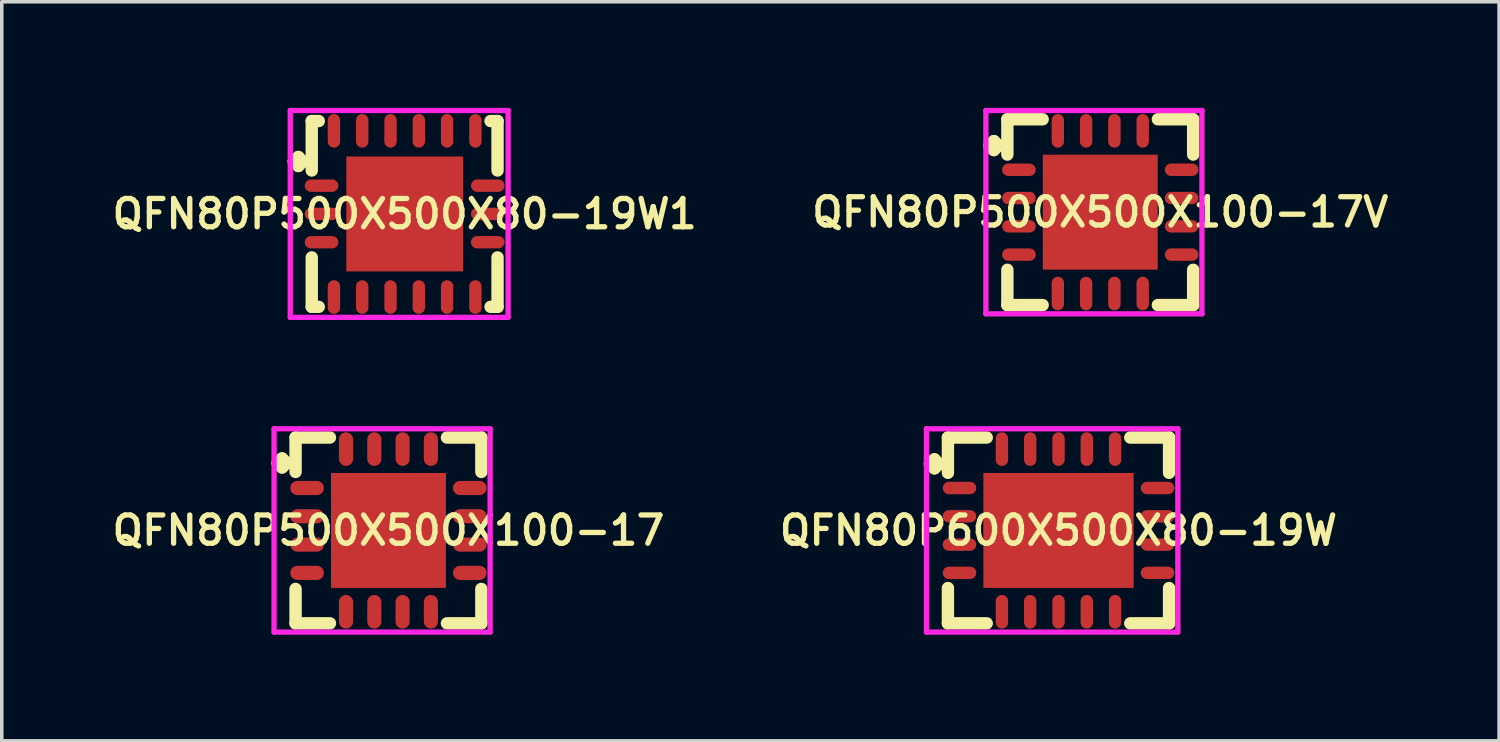
<source format=kicad_pcb>
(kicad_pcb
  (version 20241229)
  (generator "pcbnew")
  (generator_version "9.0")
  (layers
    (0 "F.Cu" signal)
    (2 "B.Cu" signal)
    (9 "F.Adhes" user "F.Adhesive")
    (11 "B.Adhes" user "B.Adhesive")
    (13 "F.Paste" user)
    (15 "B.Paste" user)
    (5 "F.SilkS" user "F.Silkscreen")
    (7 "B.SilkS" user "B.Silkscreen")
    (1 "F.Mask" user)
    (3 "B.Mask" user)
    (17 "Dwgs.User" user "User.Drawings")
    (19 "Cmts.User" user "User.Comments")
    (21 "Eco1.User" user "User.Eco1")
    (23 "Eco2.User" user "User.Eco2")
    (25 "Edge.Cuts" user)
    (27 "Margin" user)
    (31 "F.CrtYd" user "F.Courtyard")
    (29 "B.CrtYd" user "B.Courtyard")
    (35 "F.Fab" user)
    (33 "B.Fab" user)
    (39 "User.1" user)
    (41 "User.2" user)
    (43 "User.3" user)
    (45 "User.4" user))
  (footprint "QFN80P500X500X100-17"
    (layer "F.Cu")
    (at 7.935 11.95)
    (property "Reference" "QFN80P500X500X100-17" (at 0 0 0) (layer "F.SilkS") (effects (font (size 0.8 0.8) (thickness 0.15))))
    (attr through_hole)
    (fp_line (start -3.135 -1.908) (end -3.008 -2.035) (stroke (width 0.35) (type solid)) (layer "F.SilkS"))
    (fp_line (start -3.008 -2.035) (end -2.881 -1.908) (stroke (width 0.35) (type solid)) (layer "F.SilkS"))
    (fp_line (start -3.008 -1.781) (end -3.135 -1.908) (stroke (width 0.35) (type solid)) (layer "F.SilkS"))
    (fp_line (start -2.881 -1.908) (end -3.008 -1.781) (stroke (width 0.35) (type solid)) (layer "F.SilkS"))
    (fp_line (start -2.627 -2.627) (end -1.654 -2.627) (stroke (width 0.35) (type solid)) (layer "F.SilkS"))
    (fp_line (start -2.627 -1.654) (end -2.627 -2.627) (stroke (width 0.35) (type solid)) (layer "F.SilkS"))
    (fp_line (start -2.627 1.654) (end -2.627 2.627) (stroke (width 0.35) (type solid)) (layer "F.SilkS"))
    (fp_line (start -2.627 2.627) (end -1.654 2.627) (stroke (width 0.35) (type solid)) (layer "F.SilkS"))
    (fp_line (start 1.654 -2.627) (end 2.627 -2.627) (stroke (width 0.35) (type solid)) (layer "F.SilkS"))
    (fp_line (start 1.654 2.627) (end 2.627 2.627) (stroke (width 0.35) (type solid)) (layer "F.SilkS"))
    (fp_line (start 2.627 -2.627) (end 2.627 -1.654) (stroke (width 0.35) (type solid)) (layer "F.SilkS"))
    (fp_line (start 2.627 2.627) (end 2.627 1.654) (stroke (width 0.35) (type solid)) (layer "F.SilkS"))
    (fp_line (start -3.235 -2.875) (end 2.875 -2.875) (stroke (width 0.15) (type solid)) (layer "F.CrtYd"))
    (fp_line (start -3.235 2.875) (end -3.235 -2.875) (stroke (width 0.15) (type solid)) (layer "F.CrtYd"))
    (fp_line (start 2.875 -2.875) (end 2.875 2.875) (stroke (width 0.15) (type solid)) (layer "F.CrtYd"))
    (fp_line (start 2.875 2.875) (end -3.235 2.875) (stroke (width 0.15) (type solid)) (layer "F.CrtYd"))
    (pad "1" smd oval (at -2.3 -1.2) (size 0.95 0.4) (layers "F.Cu" "F.Mask" "F.Paste"))
    (pad "2" smd oval (at -2.3 -0.4) (size 0.95 0.4) (layers "F.Cu" "F.Mask" "F.Paste"))
    (pad "3" smd oval (at -2.3 0.4) (size 0.95 0.4) (layers "F.Cu" "F.Mask" "F.Paste"))
    (pad "4" smd oval (at -2.3 1.2) (size 0.95 0.4) (layers "F.Cu" "F.Mask" "F.Paste"))
    (pad "5" smd oval (at -1.2 2.3) (size 0.4 0.95) (layers "F.Cu" "F.Mask" "F.Paste"))
    (pad "6" smd oval (at -0.4 2.3) (size 0.4 0.95) (layers "F.Cu" "F.Mask" "F.Paste"))
    (pad "7" smd oval (at 0.4 2.3) (size 0.4 0.95) (layers "F.Cu" "F.Mask" "F.Paste"))
    (pad "8" smd oval (at 1.2 2.3) (size 0.4 0.95) (layers "F.Cu" "F.Mask" "F.Paste"))
    (pad "9" smd oval (at 2.3 1.2) (size 0.95 0.4) (layers "F.Cu" "F.Mask" "F.Paste"))
    (pad "10" smd oval (at 2.3 0.4) (size 0.95 0.4) (layers "F.Cu" "F.Mask" "F.Paste"))
    (pad "11" smd oval (at 2.3 -0.4) (size 0.95 0.4) (layers "F.Cu" "F.Mask" "F.Paste"))
    (pad "12" smd oval (at 2.3 -1.2) (size 0.95 0.4) (layers "F.Cu" "F.Mask" "F.Paste"))
    (pad "13" smd oval (at 1.2 -2.3) (size 0.4 0.95) (layers "F.Cu" "F.Mask" "F.Paste"))
    (pad "14" smd oval (at 0.4 -2.3) (size 0.4 0.95) (layers "F.Cu" "F.Mask" "F.Paste"))
    (pad "15" smd oval (at -0.4 -2.3) (size 0.4 0.95) (layers "F.Cu" "F.Mask" "F.Paste"))
    (pad "16" smd oval (at -1.2 -2.3) (size 0.4 0.95) (layers "F.Cu" "F.Mask" "F.Paste"))
    (pad "17" smd rect (at 0 0) (size 3.25 3.25) (layers "F.Cu" "F.Mask" "F.Paste")))
  (footprint "QFN80P500X500X100-17V"
    (layer "F.Cu")
    (at 28.064 2.95)
    (property "Reference" "QFN80P500X500X100-17V" (at 0 0 0) (layer "F.SilkS") (effects (font (size 0.8 0.8) (thickness 0.15))))
    (attr through_hole)
    (fp_line (start -3.135 -1.883) (end -3.008 -2.01) (stroke (width 0.35) (type solid)) (layer "F.SilkS"))
    (fp_line (start -3.008 -2.01) (end -2.881 -1.883) (stroke (width 0.35) (type solid)) (layer "F.SilkS"))
    (fp_line (start -3.008 -1.756) (end -3.135 -1.883) (stroke (width 0.35) (type solid)) (layer "F.SilkS"))
    (fp_line (start -2.881 -1.883) (end -3.008 -1.756) (stroke (width 0.35) (type solid)) (layer "F.SilkS"))
    (fp_line (start -2.627 -2.627) (end -1.629 -2.627) (stroke (width 0.35) (type solid)) (layer "F.SilkS"))
    (fp_line (start -2.627 -1.629) (end -2.627 -2.627) (stroke (width 0.35) (type solid)) (layer "F.SilkS"))
    (fp_line (start -2.627 1.629) (end -2.627 2.627) (stroke (width 0.35) (type solid)) (layer "F.SilkS"))
    (fp_line (start -2.627 2.627) (end -1.629 2.627) (stroke (width 0.35) (type solid)) (layer "F.SilkS"))
    (fp_line (start 1.629 -2.627) (end 2.627 -2.627) (stroke (width 0.35) (type solid)) (layer "F.SilkS"))
    (fp_line (start 1.629 2.627) (end 2.627 2.627) (stroke (width 0.35) (type solid)) (layer "F.SilkS"))
    (fp_line (start 2.627 -2.627) (end 2.627 -1.629) (stroke (width 0.35) (type solid)) (layer "F.SilkS"))
    (fp_line (start 2.627 2.627) (end 2.627 1.629) (stroke (width 0.35) (type solid)) (layer "F.SilkS"))
    (fp_line (start -3.235 -2.875) (end 2.875 -2.875) (stroke (width 0.15) (type solid)) (layer "F.CrtYd"))
    (fp_line (start -3.235 2.875) (end -3.235 -2.875) (stroke (width 0.15) (type solid)) (layer "F.CrtYd"))
    (fp_line (start 2.875 -2.875) (end 2.875 2.875) (stroke (width 0.15) (type solid)) (layer "F.CrtYd"))
    (fp_line (start 2.875 2.875) (end -3.235 2.875) (stroke (width 0.15) (type solid)) (layer "F.CrtYd"))
    (pad "1" smd oval (at -2.3 -1.2) (size 0.95 0.35) (layers "F.Cu" "F.Mask" "F.Paste"))
    (pad "2" smd oval (at -2.3 -0.4) (size 0.95 0.35) (layers "F.Cu" "F.Mask" "F.Paste"))
    (pad "3" smd oval (at -2.3 0.4) (size 0.95 0.35) (layers "F.Cu" "F.Mask" "F.Paste"))
    (pad "4" smd oval (at -2.3 1.2) (size 0.95 0.35) (layers "F.Cu" "F.Mask" "F.Paste"))
    (pad "5" smd oval (at -1.2 2.3) (size 0.35 0.95) (layers "F.Cu" "F.Mask" "F.Paste"))
    (pad "6" smd oval (at -0.4 2.3) (size 0.35 0.95) (layers "F.Cu" "F.Mask" "F.Paste"))
    (pad "7" smd oval (at 0.4 2.3) (size 0.35 0.95) (layers "F.Cu" "F.Mask" "F.Paste"))
    (pad "8" smd oval (at 1.2 2.3) (size 0.35 0.95) (layers "F.Cu" "F.Mask" "F.Paste"))
    (pad "9" smd oval (at 2.3 1.2) (size 0.95 0.35) (layers "F.Cu" "F.Mask" "F.Paste"))
    (pad "10" smd oval (at 2.3 0.4) (size 0.95 0.35) (layers "F.Cu" "F.Mask" "F.Paste"))
    (pad "11" smd oval (at 2.3 -0.4) (size 0.95 0.35) (layers "F.Cu" "F.Mask" "F.Paste"))
    (pad "12" smd oval (at 2.3 -1.2) (size 0.95 0.35) (layers "F.Cu" "F.Mask" "F.Paste"))
    (pad "13" smd oval (at 1.2 -2.3) (size 0.35 0.95) (layers "F.Cu" "F.Mask" "F.Paste"))
    (pad "14" smd oval (at 0.4 -2.3) (size 0.35 0.95) (layers "F.Cu" "F.Mask" "F.Paste"))
    (pad "15" smd oval (at -0.4 -2.3) (size 0.35 0.95) (layers "F.Cu" "F.Mask" "F.Paste"))
    (pad "16" smd oval (at -1.2 -2.3) (size 0.35 0.95) (layers "F.Cu" "F.Mask" "F.Paste"))
    (pad "17" smd rect (at 0 0) (size 3.25 3.25) (layers "F.Cu" "F.Mask" "F.Paste")))
  (footprint "QFN80P600X500X80-19W"
    (layer "F.Cu")
    (at 26.883 11.95)
    (property "Reference" "QFN80P600X500X80-19W" (at 0 0 0) (layer "F.SilkS") (effects (font (size 0.8 0.8) (thickness 0.15))))
    (attr smd)
    (fp_line (start -3.635 -1.883) (end -3.508 -2.01) (stroke (width 0.35) (type solid)) (layer "F.SilkS"))
    (fp_line (start -3.508 -2.01) (end -3.381 -1.883) (stroke (width 0.35) (type solid)) (layer "F.SilkS"))
    (fp_line (start -3.508 -1.756) (end -3.635 -1.883) (stroke (width 0.35) (type solid)) (layer "F.SilkS"))
    (fp_line (start -3.381 -1.883) (end -3.508 -1.756) (stroke (width 0.35) (type solid)) (layer "F.SilkS"))
    (fp_line (start -3.127 -2.627) (end -2.029 -2.627) (stroke (width 0.35) (type solid)) (layer "F.SilkS"))
    (fp_line (start -3.127 -1.629) (end -3.127 -2.627) (stroke (width 0.35) (type solid)) (layer "F.SilkS"))
    (fp_line (start -3.127 1.629) (end -3.127 2.627) (stroke (width 0.35) (type solid)) (layer "F.SilkS"))
    (fp_line (start -3.127 2.627) (end -2.029 2.627) (stroke (width 0.35) (type solid)) (layer "F.SilkS"))
    (fp_line (start 2.029 -2.627) (end 3.127 -2.627) (stroke (width 0.35) (type solid)) (layer "F.SilkS"))
    (fp_line (start 2.029 2.627) (end 3.127 2.627) (stroke (width 0.35) (type solid)) (layer "F.SilkS"))
    (fp_line (start 3.127 -2.627) (end 3.127 -1.629) (stroke (width 0.35) (type solid)) (layer "F.SilkS"))
    (fp_line (start 3.127 2.627) (end 3.127 1.629) (stroke (width 0.35) (type solid)) (layer "F.SilkS"))
    (fp_line (start -3.735 -2.875) (end 3.375 -2.875) (stroke (width 0.15) (type solid)) (layer "F.CrtYd"))
    (fp_line (start -3.735 2.875) (end -3.735 -2.875) (stroke (width 0.15) (type solid)) (layer "F.CrtYd"))
    (fp_line (start 3.375 -2.875) (end 3.375 2.875) (stroke (width 0.15) (type solid)) (layer "F.CrtYd"))
    (fp_line (start 3.375 2.875) (end -3.735 2.875) (stroke (width 0.15) (type solid)) (layer "F.CrtYd"))
    (pad "1" smd oval (at -2.8 -1.2) (size 0.95 0.35) (layers "F.Cu" "F.Mask" "F.Paste"))
    (pad "2" smd oval (at -2.8 -0.4) (size 0.95 0.35) (layers "F.Cu" "F.Mask" "F.Paste"))
    (pad "3" smd oval (at -2.8 0.4) (size 0.95 0.35) (layers "F.Cu" "F.Mask" "F.Paste"))
    (pad "4" smd oval (at -2.8 1.2) (size 0.95 0.35) (layers "F.Cu" "F.Mask" "F.Paste"))
    (pad "5" smd oval (at -1.6 2.3) (size 0.35 0.95) (layers "F.Cu" "F.Mask" "F.Paste"))
    (pad "6" smd oval (at -0.8 2.3) (size 0.35 0.95) (layers "F.Cu" "F.Mask" "F.Paste"))
    (pad "7" smd oval (at 0 2.3) (size 0.35 0.95) (layers "F.Cu" "F.Mask" "F.Paste"))
    (pad "8" smd oval (at 0.8 2.3) (size 0.35 0.95) (layers "F.Cu" "F.Mask" "F.Paste"))
    (pad "9" smd oval (at 1.6 2.3) (size 0.35 0.95) (layers "F.Cu" "F.Mask" "F.Paste"))
    (pad "10" smd oval (at 2.8 1.2) (size 0.95 0.35) (layers "F.Cu" "F.Mask" "F.Paste"))
    (pad "11" smd oval (at 2.8 0.4) (size 0.95 0.35) (layers "F.Cu" "F.Mask" "F.Paste"))
    (pad "12" smd oval (at 2.8 -0.4) (size 0.95 0.35) (layers "F.Cu" "F.Mask" "F.Paste"))
    (pad "13" smd oval (at 2.8 -1.2) (size 0.95 0.35) (layers "F.Cu" "F.Mask" "F.Paste"))
    (pad "14" smd oval (at 1.6 -2.3) (size 0.35 0.95) (layers "F.Cu" "F.Mask" "F.Paste"))
    (pad "15" smd oval (at 0.8 -2.3) (size 0.35 0.95) (layers "F.Cu" "F.Mask" "F.Paste"))
    (pad "16" smd oval (at 0 -2.3) (size 0.35 0.95) (layers "F.Cu" "F.Mask" "F.Paste"))
    (pad "17" smd oval (at -0.8 -2.3) (size 0.35 0.95) (layers "F.Cu" "F.Mask" "F.Paste"))
    (pad "18" smd oval (at -1.6 -2.3) (size 0.35 0.95) (layers "F.Cu" "F.Mask" "F.Paste"))
    (pad "19" smd rect (at 0 0) (size 4.25 3.25) (layers "F.Cu" "F.Mask" "F.Paste")))
  (footprint "QFN80P500X500X80-19W1"
    (layer "F.Cu")
    (at 8.393 3)
    (property "Reference" "QFN80P500X500X80-19W1" (at 0 0 0) (layer "F.SilkS") (effects (font (size 0.8 0.8) (thickness 0.15))))
    (attr smd)
    (fp_line (start -3.135 -1.483) (end -3.008 -1.61) (stroke (width 0.35) (type solid)) (layer "F.SilkS"))
    (fp_line (start -3.008 -1.61) (end -2.881 -1.483) (stroke (width 0.35) (type solid)) (layer "F.SilkS"))
    (fp_line (start -3.008 -1.356) (end -3.135 -1.483) (stroke (width 0.35) (type solid)) (layer "F.SilkS"))
    (fp_line (start -2.881 -1.483) (end -3.008 -1.356) (stroke (width 0.35) (type solid)) (layer "F.SilkS"))
    (fp_line (start -2.627 -2.627) (end -2.429 -2.627) (stroke (width 0.35) (type solid)) (layer "F.SilkS"))
    (fp_line (start -2.627 -1.229) (end -2.627 -2.627) (stroke (width 0.35) (type solid)) (layer "F.SilkS"))
    (fp_line (start -2.627 1.229) (end -2.627 2.627) (stroke (width 0.35) (type solid)) (layer "F.SilkS"))
    (fp_line (start -2.627 2.627) (end -2.429 2.627) (stroke (width 0.35) (type solid)) (layer "F.SilkS"))
    (fp_line (start 2.429 -2.627) (end 2.627 -2.627) (stroke (width 0.35) (type solid)) (layer "F.SilkS"))
    (fp_line (start 2.429 2.627) (end 2.627 2.627) (stroke (width 0.35) (type solid)) (layer "F.SilkS"))
    (fp_line (start 2.627 -2.627) (end 2.627 -1.229) (stroke (width 0.35) (type solid)) (layer "F.SilkS"))
    (fp_line (start 2.627 2.627) (end 2.627 1.229) (stroke (width 0.35) (type solid)) (layer "F.SilkS"))
    (fp_line (start -3.235 -2.925) (end 2.925 -2.925) (stroke (width 0.15) (type solid)) (layer "F.CrtYd"))
    (fp_line (start -3.235 2.925) (end -3.235 -2.925) (stroke (width 0.15) (type solid)) (layer "F.CrtYd"))
    (fp_line (start 2.925 -2.925) (end 2.925 2.925) (stroke (width 0.15) (type solid)) (layer "F.CrtYd"))
    (fp_line (start 2.925 2.925) (end -3.235 2.925) (stroke (width 0.15) (type solid)) (layer "F.CrtYd"))
    (pad "1" smd oval (at -2.35 -0.8) (size 0.95 0.35) (layers "F.Cu" "F.Mask" "F.Paste"))
    (pad "2" smd oval (at -2.35 0) (size 0.95 0.35) (layers "F.Cu" "F.Mask" "F.Paste"))
    (pad "3" smd oval (at -2.35 0.8) (size 0.95 0.35) (layers "F.Cu" "F.Mask" "F.Paste"))
    (pad "4" smd oval (at -2 2.35) (size 0.35 0.95) (layers "F.Cu" "F.Mask" "F.Paste"))
    (pad "5" smd oval (at -1.2 2.35) (size 0.35 0.95) (layers "F.Cu" "F.Mask" "F.Paste"))
    (pad "6" smd oval (at -0.4 2.35) (size 0.35 0.95) (layers "F.Cu" "F.Mask" "F.Paste"))
    (pad "7" smd oval (at 0.4 2.35) (size 0.35 0.95) (layers "F.Cu" "F.Mask" "F.Paste"))
    (pad "8" smd oval (at 1.2 2.35) (size 0.35 0.95) (layers "F.Cu" "F.Mask" "F.Paste"))
    (pad "9" smd oval (at 2 2.35) (size 0.35 0.95) (layers "F.Cu" "F.Mask" "F.Paste"))
    (pad "10" smd oval (at 2.35 0.8) (size 0.95 0.35) (layers "F.Cu" "F.Mask" "F.Paste"))
    (pad "11" smd oval (at 2.35 0) (size 0.95 0.35) (layers "F.Cu" "F.Mask" "F.Paste"))
    (pad "12" smd oval (at 2.35 -0.8) (size 0.95 0.35) (layers "F.Cu" "F.Mask" "F.Paste"))
    (pad "13" smd oval (at 2 -2.35) (size 0.35 0.95) (layers "F.Cu" "F.Mask" "F.Paste"))
    (pad "14" smd oval (at 1.2 -2.35) (size 0.35 0.95) (layers "F.Cu" "F.Mask" "F.Paste"))
    (pad "15" smd oval (at 0.4 -2.35) (size 0.35 0.95) (layers "F.Cu" "F.Mask" "F.Paste"))
    (pad "16" smd oval (at -0.4 -2.35) (size 0.35 0.95) (layers "F.Cu" "F.Mask" "F.Paste"))
    (pad "17" smd oval (at -1.2 -2.35) (size 0.35 0.95) (layers "F.Cu" "F.Mask" "F.Paste"))
    (pad "18" smd oval (at -2 -2.35) (size 0.35 0.95) (layers "F.Cu" "F.Mask" "F.Paste"))
    (pad "19" smd rect (at 0 0) (size 3.3 3.25) (layers "F.Cu" "F.Mask" "F.Paste")))
  (gr_rect
    (start -3 -3)
    (end 39.342 17.9)
    (stroke (width 0.1) (type default))
    (fill no)
    (layer "Edge.Cuts")))
</source>
